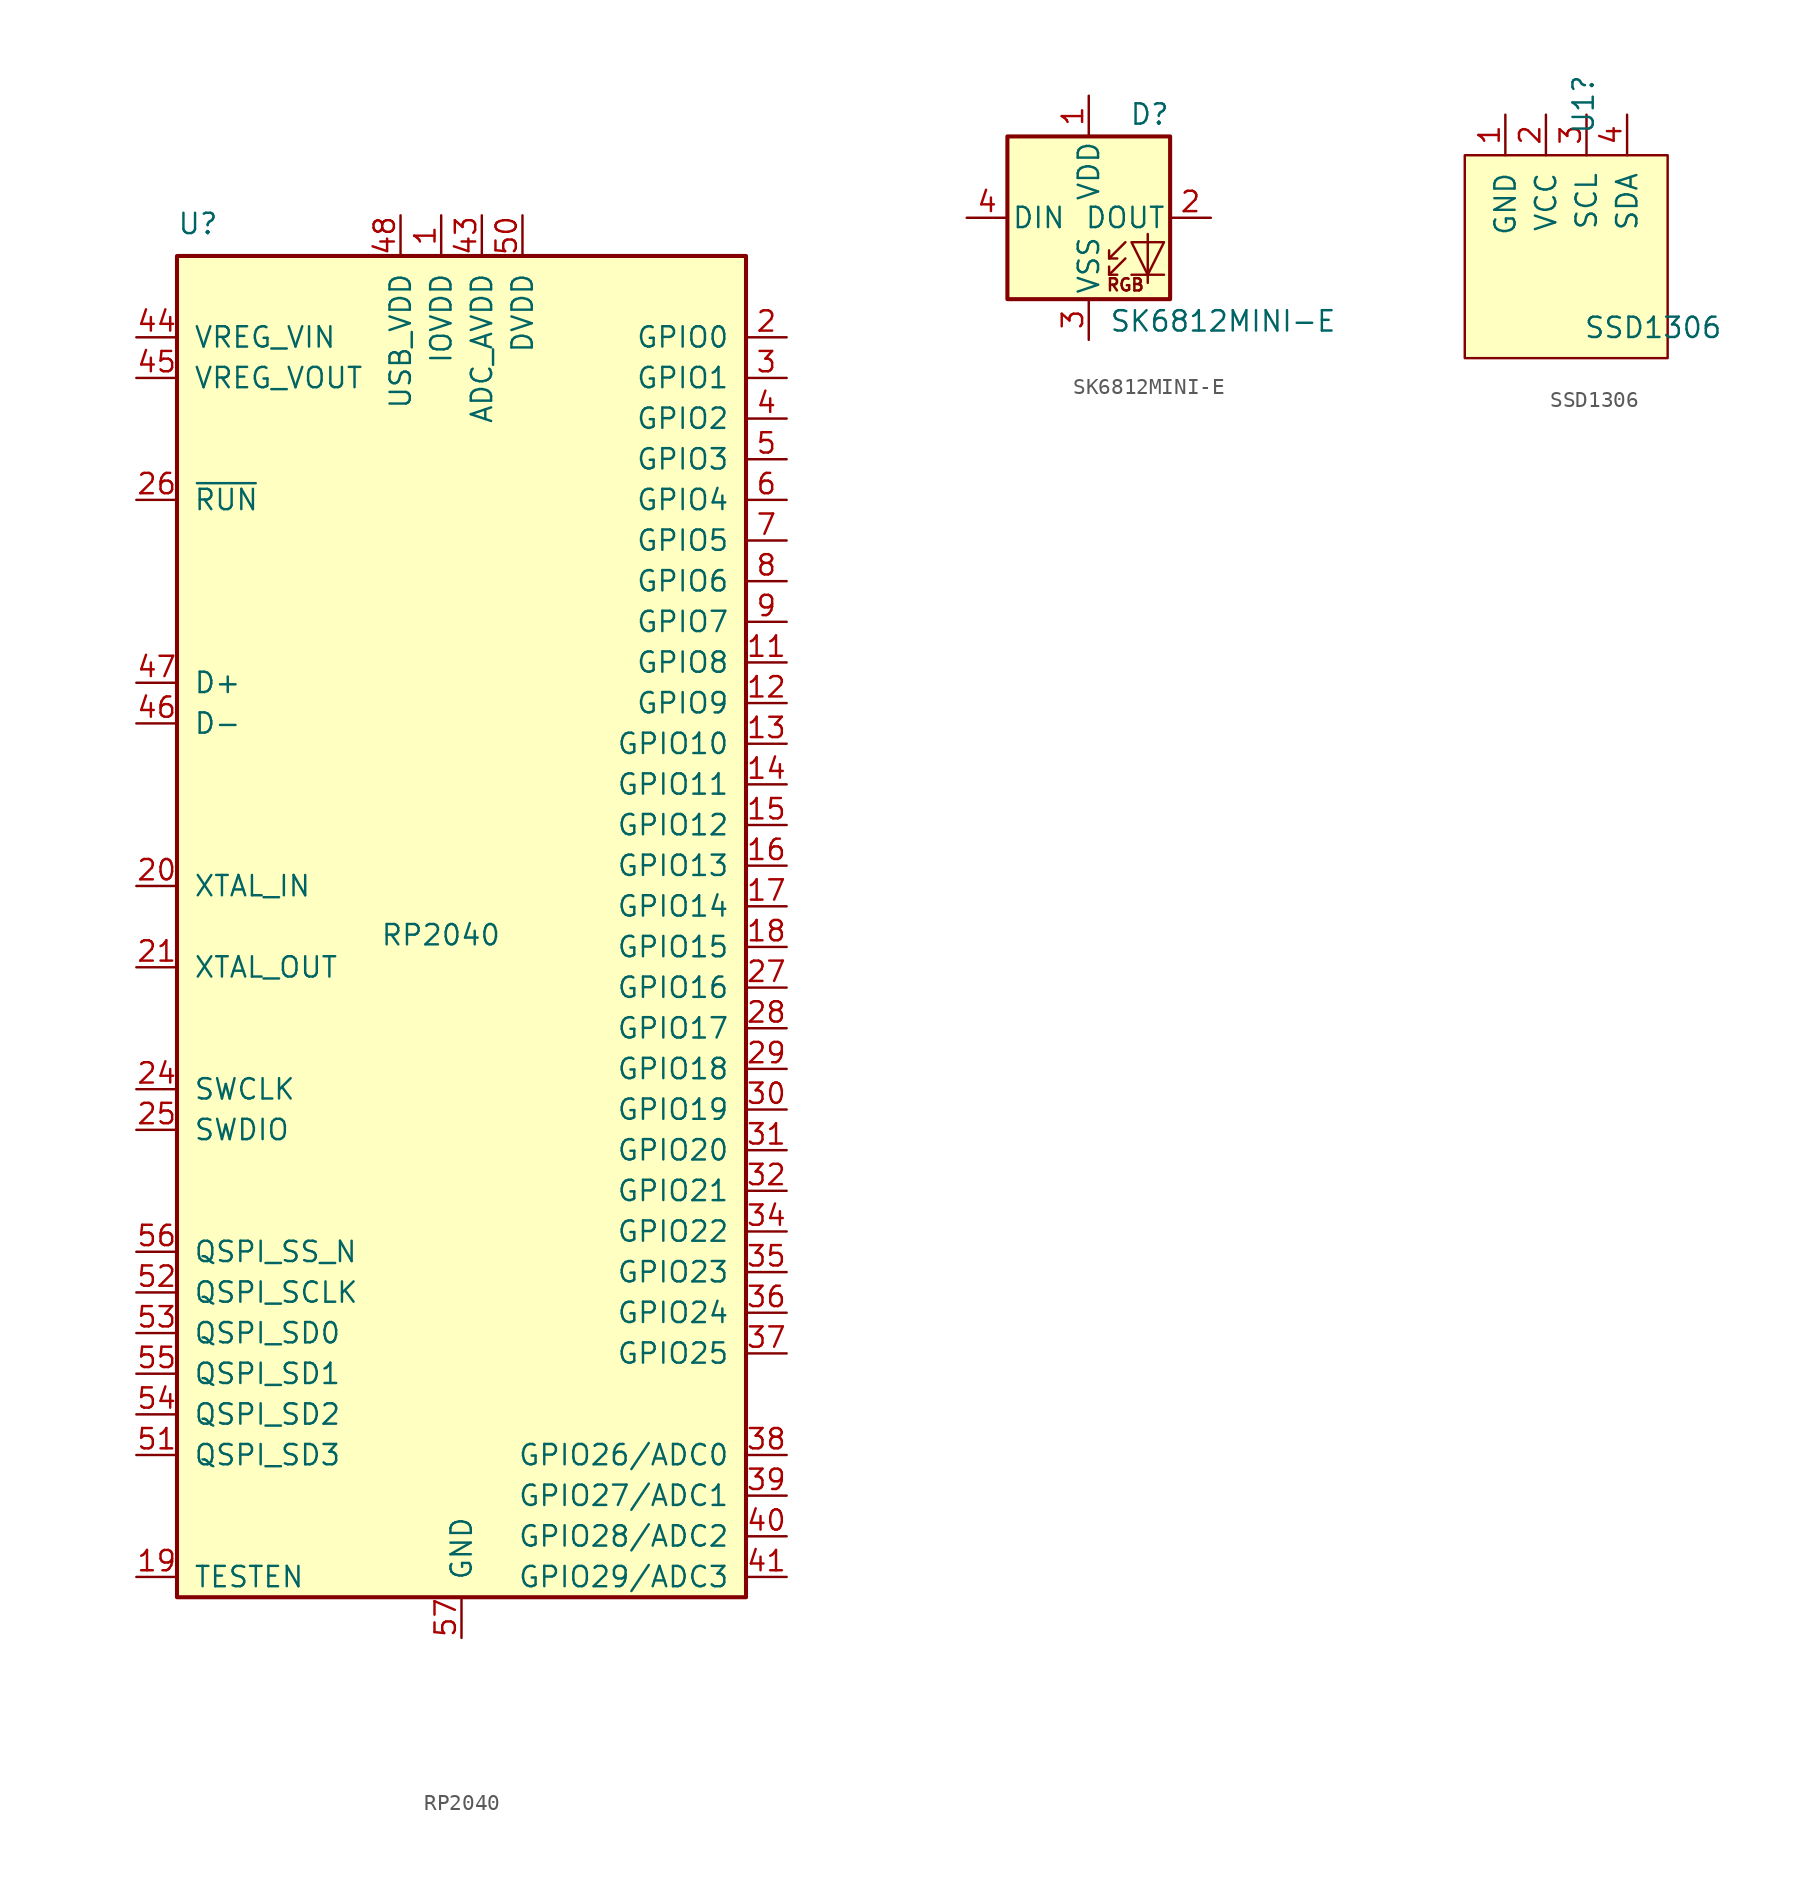
<source format=kicad_sym>
(kicad_symbol_lib
  (version 20211014)
  (generator kicad_symbol_editor)
  (symbol "RP2040"
    (pin_names
      (offset 1.016))
    (property "Reference" "U"
      (at -17.78 43.18 0)
      (effects (font (size 1.27 1.27)) (justify left bottom)))
    (property "Value" "RP2040"
      (at -5.08 -1.27 0)
      (effects (font (size 1.27 1.27)) (justify left bottom)))
    (symbol "RP2040_0_0"
      (rectangle (start -17.78 41.91) (end 17.78 -41.91) (stroke (width 0.254) (type default) (color 0 0 0 0)) (fill (type background))))
    (symbol "RP2040_1_1"
      (pin power_in line (at -1.27 44.45 270) (length 2.54) (name "IOVDD" (effects (font (size 1.27 1.27)))) (number "1" (effects (font (size 1.27 1.27)))))
      (pin power_in line (at -1.27 44.45 270) (length 2.54) hide (name "IOVDD" (effects (font (size 1.27 1.27)))) (number "10" (effects (font (size 1.27 1.27)))))
      (pin bidirectional line (at 20.32 16.51 180) (length 2.54) (name "GPIO8" (effects (font (size 1.27 1.27)))) (number "11" (effects (font (size 1.27 1.27)))))
      (pin bidirectional line (at 20.32 13.97 180) (length 2.54) (name "GPIO9" (effects (font (size 1.27 1.27)))) (number "12" (effects (font (size 1.27 1.27)))))
      (pin bidirectional line (at 20.32 11.43 180) (length 2.54) (name "GPIO10" (effects (font (size 1.27 1.27)))) (number "13" (effects (font (size 1.27 1.27)))))
      (pin bidirectional line (at 20.32 8.89 180) (length 2.54) (name "GPIO11" (effects (font (size 1.27 1.27)))) (number "14" (effects (font (size 1.27 1.27)))))
      (pin bidirectional line (at 20.32 6.35 180) (length 2.54) (name "GPIO12" (effects (font (size 1.27 1.27)))) (number "15" (effects (font (size 1.27 1.27)))))
      (pin bidirectional line (at 20.32 3.81 180) (length 2.54) (name "GPIO13" (effects (font (size 1.27 1.27)))) (number "16" (effects (font (size 1.27 1.27)))))
      (pin bidirectional line (at 20.32 1.27 180) (length 2.54) (name "GPIO14" (effects (font (size 1.27 1.27)))) (number "17" (effects (font (size 1.27 1.27)))))
      (pin bidirectional line (at 20.32 -1.27 180) (length 2.54) (name "GPIO15" (effects (font (size 1.27 1.27)))) (number "18" (effects (font (size 1.27 1.27)))))
      (pin input line (at -20.32 -40.64 0) (length 2.54) (name "TESTEN" (effects (font (size 1.27 1.27)))) (number "19" (effects (font (size 1.27 1.27)))))
      (pin bidirectional line (at 20.32 36.83 180) (length 2.54) (name "GPIO0" (effects (font (size 1.27 1.27)))) (number "2" (effects (font (size 1.27 1.27)))))
      (pin input line (at -20.32 2.54 0) (length 2.54) (name "XTAL_IN" (effects (font (size 1.27 1.27)))) (number "20" (effects (font (size 1.27 1.27)))))
      (pin input line (at -20.32 -2.54 0) (length 2.54) (name "XTAL_OUT" (effects (font (size 1.27 1.27)))) (number "21" (effects (font (size 1.27 1.27)))))
      (pin power_in line (at -1.27 44.45 270) (length 2.54) hide (name "IOVDD" (effects (font (size 1.27 1.27)))) (number "22" (effects (font (size 1.27 1.27)))))
      (pin power_in line (at 3.81 44.45 270) (length 2.54) hide (name "DVDD" (effects (font (size 1.27 1.27)))) (number "23" (effects (font (size 1.27 1.27)))))
      (pin input line (at -20.32 -10.16 0) (length 2.54) (name "SWCLK" (effects (font (size 1.27 1.27)))) (number "24" (effects (font (size 1.27 1.27)))))
      (pin bidirectional line (at -20.32 -12.7 0) (length 2.54) (name "SWDIO" (effects (font (size 1.27 1.27)))) (number "25" (effects (font (size 1.27 1.27)))))
      (pin input line (at -20.32 26.67 0) (length 2.54) (name "~{RUN}" (effects (font (size 1.27 1.27)))) (number "26" (effects (font (size 1.27 1.27)))))
      (pin bidirectional line (at 20.32 -3.81 180) (length 2.54) (name "GPIO16" (effects (font (size 1.27 1.27)))) (number "27" (effects (font (size 1.27 1.27)))))
      (pin bidirectional line (at 20.32 -6.35 180) (length 2.54) (name "GPIO17" (effects (font (size 1.27 1.27)))) (number "28" (effects (font (size 1.27 1.27)))))
      (pin bidirectional line (at 20.32 -8.89 180) (length 2.54) (name "GPIO18" (effects (font (size 1.27 1.27)))) (number "29" (effects (font (size 1.27 1.27)))))
      (pin bidirectional line (at 20.32 34.29 180) (length 2.54) (name "GPIO1" (effects (font (size 1.27 1.27)))) (number "3" (effects (font (size 1.27 1.27)))))
      (pin bidirectional line (at 20.32 -11.43 180) (length 2.54) (name "GPIO19" (effects (font (size 1.27 1.27)))) (number "30" (effects (font (size 1.27 1.27)))))
      (pin bidirectional line (at 20.32 -13.97 180) (length 2.54) (name "GPIO20" (effects (font (size 1.27 1.27)))) (number "31" (effects (font (size 1.27 1.27)))))
      (pin bidirectional line (at 20.32 -16.51 180) (length 2.54) (name "GPIO21" (effects (font (size 1.27 1.27)))) (number "32" (effects (font (size 1.27 1.27)))))
      (pin power_in line (at -1.27 44.45 270) (length 2.54) hide (name "IOVDD" (effects (font (size 1.27 1.27)))) (number "33" (effects (font (size 1.27 1.27)))))
      (pin bidirectional line (at 20.32 -19.05 180) (length 2.54) (name "GPIO22" (effects (font (size 1.27 1.27)))) (number "34" (effects (font (size 1.27 1.27)))))
      (pin bidirectional line (at 20.32 -21.59 180) (length 2.54) (name "GPIO23" (effects (font (size 1.27 1.27)))) (number "35" (effects (font (size 1.27 1.27)))))
      (pin bidirectional line (at 20.32 -24.13 180) (length 2.54) (name "GPIO24" (effects (font (size 1.27 1.27)))) (number "36" (effects (font (size 1.27 1.27)))))
      (pin bidirectional line (at 20.32 -26.67 180) (length 2.54) (name "GPIO25" (effects (font (size 1.27 1.27)))) (number "37" (effects (font (size 1.27 1.27)))))
      (pin bidirectional line (at 20.32 -33.02 180) (length 2.54) (name "GPIO26/ADC0" (effects (font (size 1.27 1.27)))) (number "38" (effects (font (size 1.27 1.27)))))
      (pin bidirectional line (at 20.32 -35.56 180) (length 2.54) (name "GPIO27/ADC1" (effects (font (size 1.27 1.27)))) (number "39" (effects (font (size 1.27 1.27)))))
      (pin bidirectional line (at 20.32 31.75 180) (length 2.54) (name "GPIO2" (effects (font (size 1.27 1.27)))) (number "4" (effects (font (size 1.27 1.27)))))
      (pin bidirectional line (at 20.32 -38.1 180) (length 2.54) (name "GPIO28/ADC2" (effects (font (size 1.27 1.27)))) (number "40" (effects (font (size 1.27 1.27)))))
      (pin bidirectional line (at 20.32 -40.64 180) (length 2.54) (name "GPIO29/ADC3" (effects (font (size 1.27 1.27)))) (number "41" (effects (font (size 1.27 1.27)))))
      (pin power_in line (at -1.27 44.45 270) (length 2.54) hide (name "IOVDD" (effects (font (size 1.27 1.27)))) (number "42" (effects (font (size 1.27 1.27)))))
      (pin power_in line (at 1.27 44.45 270) (length 2.54) (name "ADC_AVDD" (effects (font (size 1.27 1.27)))) (number "43" (effects (font (size 1.27 1.27)))))
      (pin power_in line (at -20.32 36.83 0) (length 2.54) (name "VREG_VIN" (effects (font (size 1.27 1.27)))) (number "44" (effects (font (size 1.27 1.27)))))
      (pin power_out line (at -20.32 34.29 0) (length 2.54) (name "VREG_VOUT" (effects (font (size 1.27 1.27)))) (number "45" (effects (font (size 1.27 1.27)))))
      (pin bidirectional line (at -20.32 12.7 0) (length 2.54) (name "D-" (effects (font (size 1.27 1.27)))) (number "46" (effects (font (size 1.27 1.27)))))
      (pin bidirectional line (at -20.32 15.24 0) (length 2.54) (name "D+" (effects (font (size 1.27 1.27)))) (number "47" (effects (font (size 1.27 1.27)))))
      (pin power_in line (at -3.81 44.45 270) (length 2.54) (name "USB_VDD" (effects (font (size 1.27 1.27)))) (number "48" (effects (font (size 1.27 1.27)))))
      (pin power_in line (at -1.27 44.45 270) (length 2.54) hide (name "IOVDD" (effects (font (size 1.27 1.27)))) (number "49" (effects (font (size 1.27 1.27)))))
      (pin bidirectional line (at 20.32 29.21 180) (length 2.54) (name "GPIO3" (effects (font (size 1.27 1.27)))) (number "5" (effects (font (size 1.27 1.27)))))
      (pin power_in line (at 3.81 44.45 270) (length 2.54) (name "DVDD" (effects (font (size 1.27 1.27)))) (number "50" (effects (font (size 1.27 1.27)))))
      (pin bidirectional line (at -20.32 -33.02 0) (length 2.54) (name "QSPI_SD3" (effects (font (size 1.27 1.27)))) (number "51" (effects (font (size 1.27 1.27)))))
      (pin bidirectional line (at -20.32 -22.86 0) (length 2.54) (name "QSPI_SCLK" (effects (font (size 1.27 1.27)))) (number "52" (effects (font (size 1.27 1.27)))))
      (pin bidirectional line (at -20.32 -25.4 0) (length 2.54) (name "QSPI_SD0" (effects (font (size 1.27 1.27)))) (number "53" (effects (font (size 1.27 1.27)))))
      (pin bidirectional line (at -20.32 -30.48 0) (length 2.54) (name "QSPI_SD2" (effects (font (size 1.27 1.27)))) (number "54" (effects (font (size 1.27 1.27)))))
      (pin bidirectional line (at -20.32 -27.94 0) (length 2.54) (name "QSPI_SD1" (effects (font (size 1.27 1.27)))) (number "55" (effects (font (size 1.27 1.27)))))
      (pin bidirectional line (at -20.32 -20.32 0) (length 2.54) (name "QSPI_SS_N" (effects (font (size 1.27 1.27)))) (number "56" (effects (font (size 1.27 1.27)))))
      (pin power_in line (at 0 -44.45 90) (length 2.54) (name "GND" (effects (font (size 1.27 1.27)))) (number "57" (effects (font (size 1.27 1.27)))))
      (pin bidirectional line (at 20.32 26.67 180) (length 2.54) (name "GPIO4" (effects (font (size 1.27 1.27)))) (number "6" (effects (font (size 1.27 1.27)))))
      (pin bidirectional line (at 20.32 24.13 180) (length 2.54) (name "GPIO5" (effects (font (size 1.27 1.27)))) (number "7" (effects (font (size 1.27 1.27)))))
      (pin bidirectional line (at 20.32 21.59 180) (length 2.54) (name "GPIO6" (effects (font (size 1.27 1.27)))) (number "8" (effects (font (size 1.27 1.27)))))
      (pin bidirectional line (at 20.32 19.05 180) (length 2.54) (name "GPIO7" (effects (font (size 1.27 1.27)))) (number "9" (effects (font (size 1.27 1.27)))))))
  (symbol "SK6812MINI-E"
    (pin_names
      (offset 0.254))
    (property "Reference" "D"
      (at 5.08 5.715 0)
      (effects (font (size 1.27 1.27)) (justify right bottom)))
    (property "Value" "SK6812MINI-E"
      (at 1.27 -5.715 0)
      (effects (font (size 1.27 1.27)) (justify left top)))
    (symbol "SK6812MINI-E_0_0"
      (text "RGB" (at 2.286 -4.191 0) (effects (font (size 0.762 0.762)))))
    (symbol "SK6812MINI-E_0_1"
      (polyline (pts (xy 1.27 -3.556) (xy 1.778 -3.556)) (stroke (width 0) (type default) (color 0 0 0 0)) (fill (type none)))
      (polyline (pts (xy 1.27 -2.54) (xy 1.778 -2.54)) (stroke (width 0) (type default) (color 0 0 0 0)) (fill (type none)))
      (polyline (pts (xy 4.699 -3.556) (xy 2.667 -3.556)) (stroke (width 0) (type default) (color 0 0 0 0)) (fill (type none)))
      (polyline (pts (xy 2.286 -2.54) (xy 1.27 -3.556) (xy 1.27 -3.048)) (stroke (width 0) (type default) (color 0 0 0 0)) (fill (type none)))
      (polyline (pts (xy 2.286 -1.524) (xy 1.27 -2.54) (xy 1.27 -2.032)) (stroke (width 0) (type default) (color 0 0 0 0)) (fill (type none)))
      (polyline (pts (xy 3.683 -1.016) (xy 3.683 -3.556) (xy 3.683 -4.064)) (stroke (width 0) (type default) (color 0 0 0 0)) (fill (type none)))
      (polyline (pts (xy 4.699 -1.524) (xy 2.667 -1.524) (xy 3.683 -3.556) (xy 4.699 -1.524)) (stroke (width 0) (type default) (color 0 0 0 0)) (fill (type none)))
      (rectangle (start 5.08 5.08) (end -5.08 -5.08) (stroke (width 0.254) (type default) (color 0 0 0 0)) (fill (type background))))
    (symbol "SK6812MINI-E_1_1"
      (pin power_in line (at 0 7.62 270) (length 2.54) (name "VDD" (effects (font (size 1.27 1.27)))) (number "1" (effects (font (size 1.27 1.27)))))
      (pin output line (at 7.62 0 180) (length 2.54) (name "DOUT" (effects (font (size 1.27 1.27)))) (number "2" (effects (font (size 1.27 1.27)))))
      (pin power_in line (at 0 -7.62 90) (length 2.54) (name "VSS" (effects (font (size 1.27 1.27)))) (number "3" (effects (font (size 1.27 1.27)))))
      (pin input line (at -7.62 0 0) (length 2.54) (name "DIN" (effects (font (size 1.27 1.27)))) (number "4" (effects (font (size 1.27 1.27)))))))
  (symbol "SSD1306"
    (pin_names
      (offset 1.016))
    (property "Reference" "U1"
      (at 1.079 7.62 90)
      (effects (font (size 1.27 1.27)) (justify left)))
    (property "Value" "SSD1306"
      (at 1.079 -4.445 0)
      (effects (font (size 1.27 1.27)) (justify left)))
    (symbol "SSD1306_0_1"
      (rectangle (start -6.35 6.35) (end 6.35 -6.35) (stroke (width 0) (type default) (color 0 0 0 0)) (fill (type background))))
    (symbol "SSD1306_1_1"
      (pin input line (at -3.81 8.89 270) (length 2.54) (name "GND" (effects (font (size 1.27 1.27)))) (number "1" (effects (font (size 1.27 1.27)))))
      (pin input line (at -1.27 8.89 270) (length 2.54) (name "VCC" (effects (font (size 1.27 1.27)))) (number "2" (effects (font (size 1.27 1.27)))))
      (pin input line (at 1.27 8.89 270) (length 2.54) (name "SCL" (effects (font (size 1.27 1.27)))) (number "3" (effects (font (size 1.27 1.27)))))
      (pin input line (at 3.81 8.89 270) (length 2.54) (name "SDA" (effects (font (size 1.27 1.27)))) (number "4" (effects (font (size 1.27 1.27))))))))
</source>
